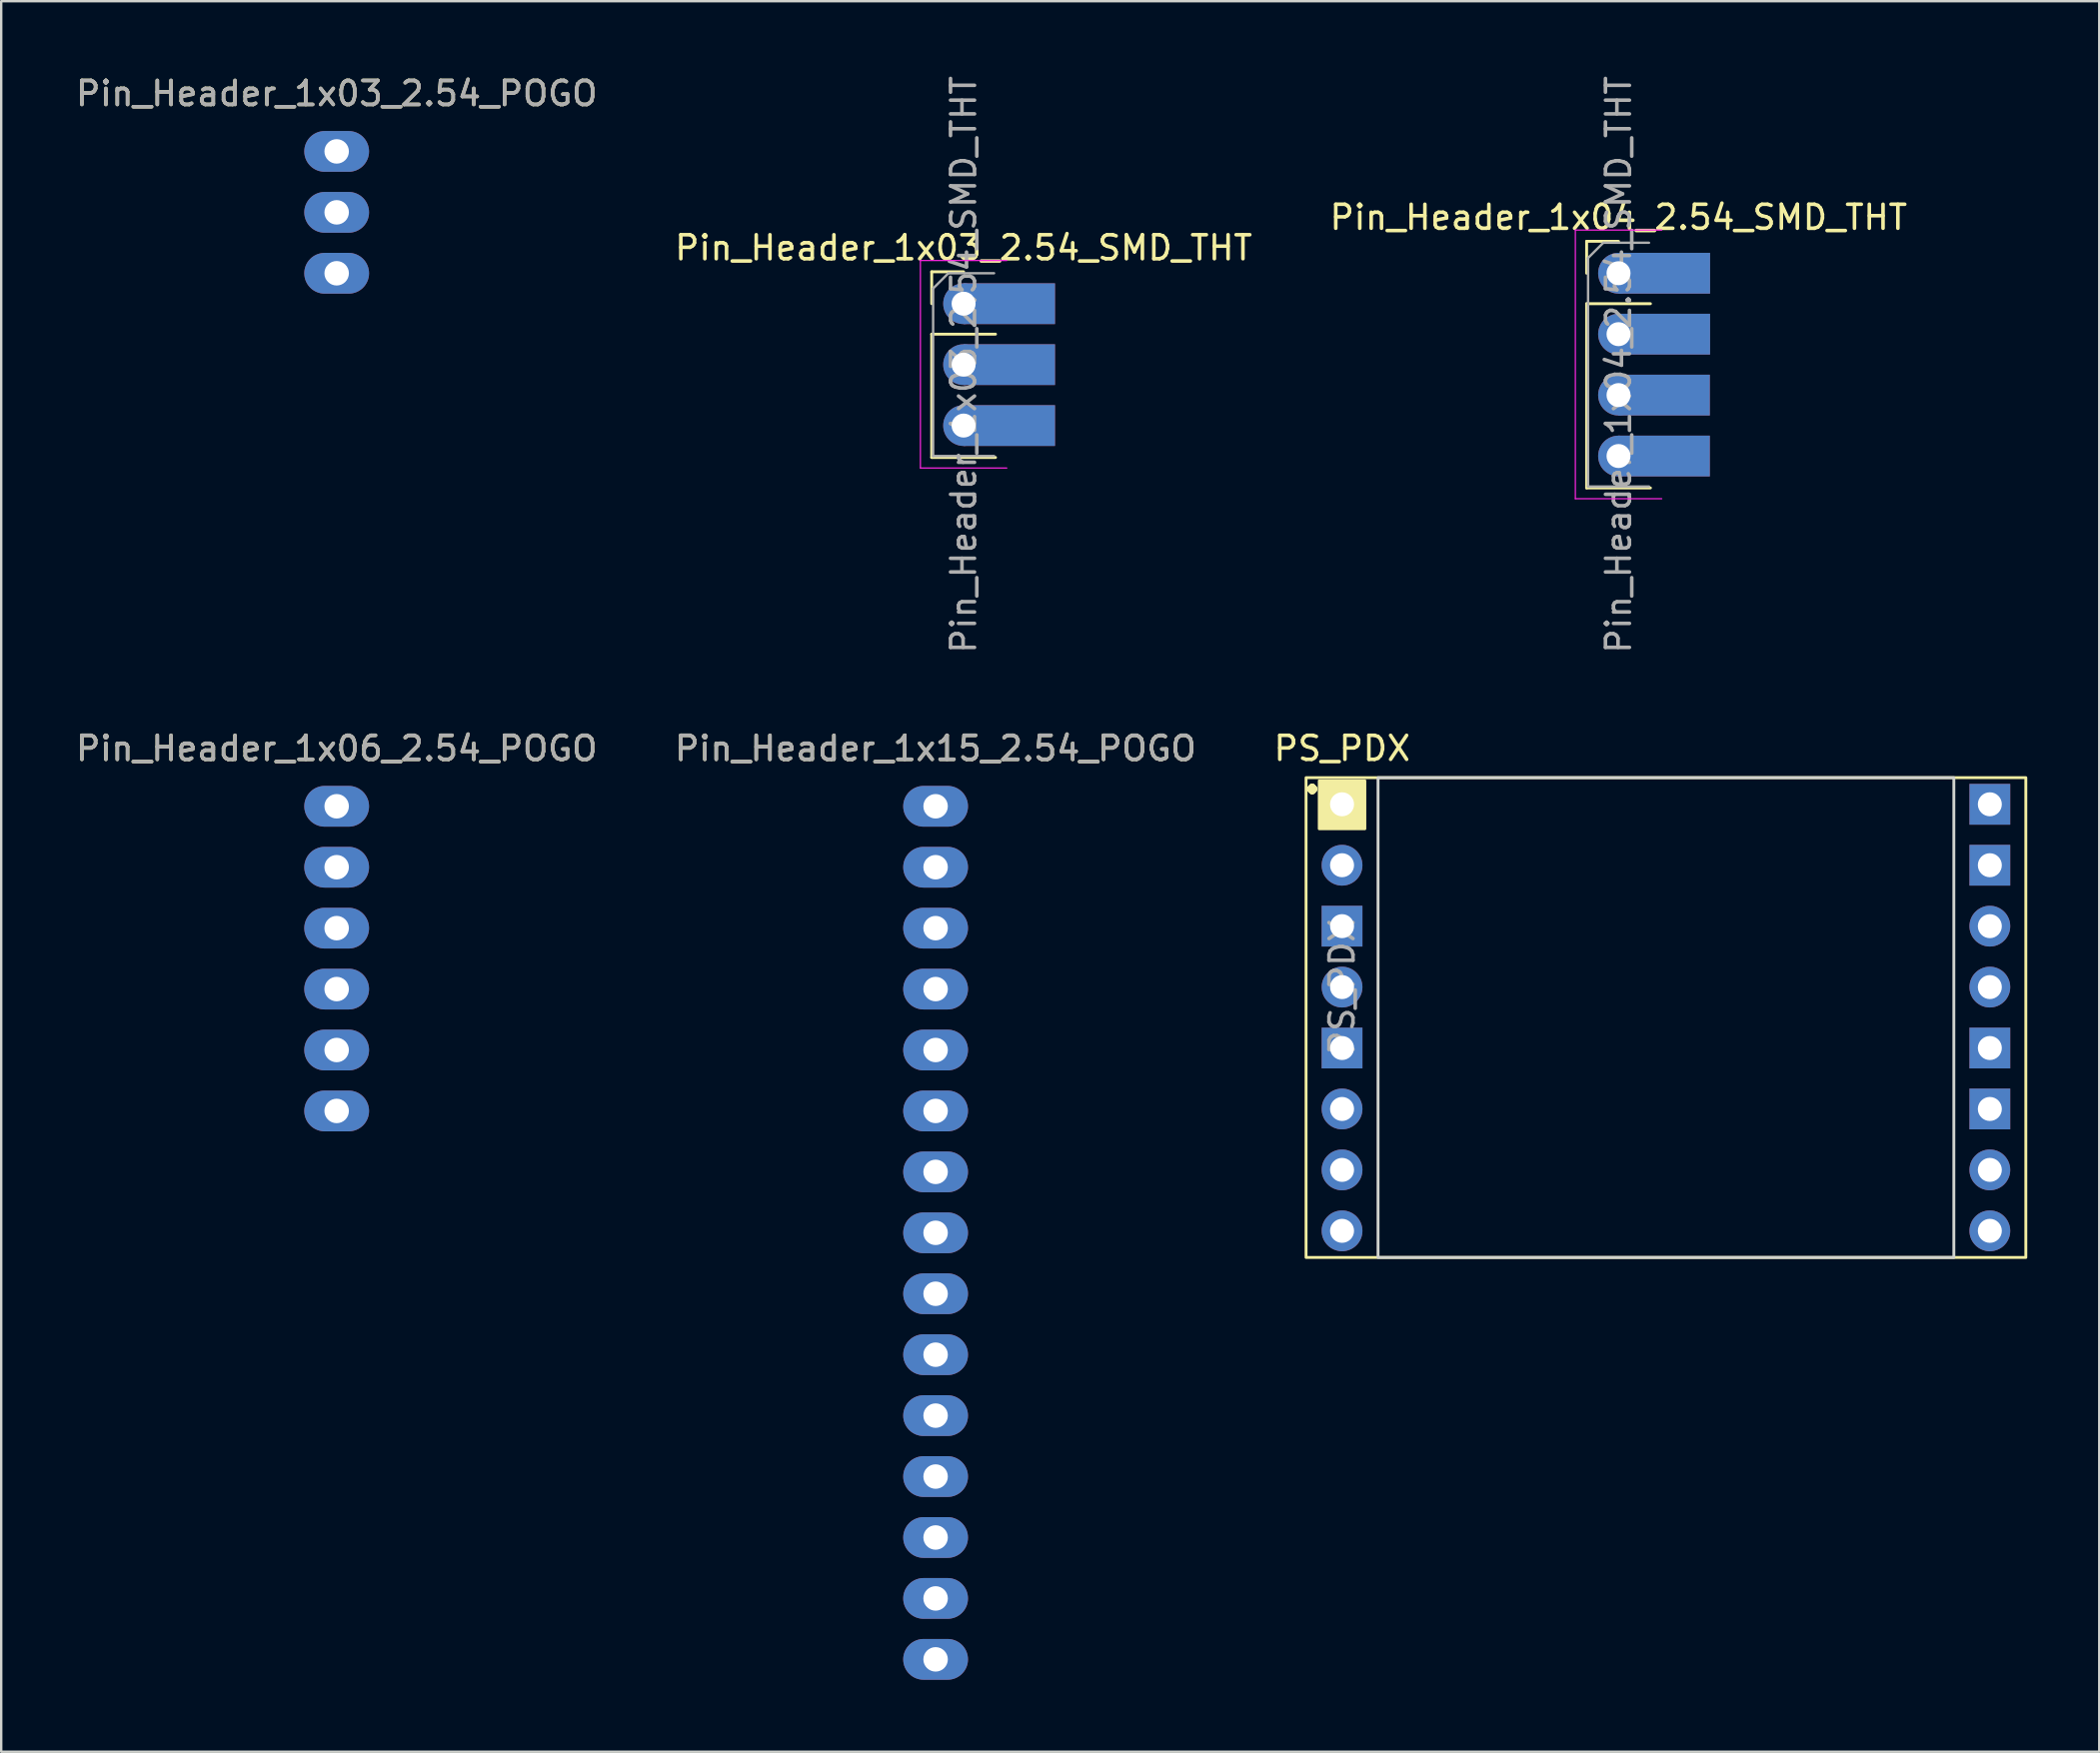
<source format=kicad_pcb>
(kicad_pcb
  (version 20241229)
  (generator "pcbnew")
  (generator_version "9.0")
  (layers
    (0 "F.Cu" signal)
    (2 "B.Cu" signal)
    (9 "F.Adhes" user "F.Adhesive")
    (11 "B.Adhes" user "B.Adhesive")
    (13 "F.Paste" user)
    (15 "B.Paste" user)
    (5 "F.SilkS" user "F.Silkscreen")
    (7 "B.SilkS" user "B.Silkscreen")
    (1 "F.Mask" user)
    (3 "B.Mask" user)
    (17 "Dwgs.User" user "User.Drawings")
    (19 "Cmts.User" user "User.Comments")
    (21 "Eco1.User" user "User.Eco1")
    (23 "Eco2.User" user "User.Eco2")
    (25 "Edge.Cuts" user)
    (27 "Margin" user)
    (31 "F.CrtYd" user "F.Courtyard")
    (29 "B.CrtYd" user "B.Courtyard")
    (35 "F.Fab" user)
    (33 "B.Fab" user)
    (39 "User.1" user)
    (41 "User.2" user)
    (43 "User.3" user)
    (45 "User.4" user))
  (footprint "Pin_Header_1x03_2.54_POGO"
    (layer "F.Cu")
    (at 10.982 3.261)
    (property "Reference" "Pin_Header_1x03_2.54_POGO" (at 0 -2.413 0) (layer "F.SilkS") (effects (font (size 1 1) (thickness 0.15))))
    (attr through_hole)
    (fp_text user "${REFERENCE}" (at 0 -2.413 0) (layer "F.Fab") (effects (font (size 1 1) (thickness 0.15))))
    (pad "1" thru_hole oval (at 0 0) (size 2.7 1.7) (drill 1.02) (layers "*.Cu" "*.Mask"))
    (pad "2" thru_hole oval (at 0 2.54) (size 2.7 1.7) (drill 1.02) (layers "*.Cu" "*.Mask"))
    (pad "3" thru_hole oval (at 0 5.08) (size 2.7 1.7) (drill 1.02) (layers "*.Cu" "*.Mask")))
  (footprint "PS_PDX"
    (layer "F.Cu")
    (at 52.887 39.366)
    (property "Reference" "PS_PDX" (at 0 -11.22 0) (layer "F.SilkS") (effects (font (size 1 1) (thickness 0.15))))
    (attr through_hole)
    (fp_rect (start -1.5 -10) (end 28.5 10) (stroke (width 0.12) (type solid)) (fill no) (layer "F.SilkS"))
    (fp_rect (start -0.95 -9.87) (end 0.95 -7.87) (stroke (width 0.12) (type solid)) (fill yes) (layer "F.SilkS"))
    (fp_rect (start 1.5 -10) (end 25.5 10) (stroke (width 0.12) (type solid)) (fill no) (layer "Edge.Cuts"))
    (fp_text user "." (at -1.245 -10.135 0) (unlocked yes) (layer "F.SilkS") (effects (font (size 1.5 1.5) (thickness 0.3))))
    (fp_text user "${REFERENCE}" (at 0 -1.27 90) (layer "F.Fab") (effects (font (size 1 1) (thickness 0.15))))
    (pad "1" thru_hole rect (at 0 -8.89) (size 1.7 1.7) (drill 1) (layers "*.Cu" "*.Mask"))
    (pad "1" thru_hole rect (at 0 -3.81) (size 1.7 1.7) (drill 1) (layers "*.Cu" "*.Mask"))
    (pad "1" thru_hole rect (at 0 1.27) (size 1.7 1.7) (drill 1) (layers "*.Cu" "*.Mask"))
    (pad "1" thru_hole rect (at 27 -8.89) (size 1.7 1.7) (drill 1) (layers "*.Cu" "*.Mask"))
    (pad "1" thru_hole rect (at 27 -6.35) (size 1.7 1.7) (drill 1) (layers "*.Cu" "*.Mask"))
    (pad "1" thru_hole rect (at 27 1.27) (size 1.7 1.7) (drill 1) (layers "*.Cu" "*.Mask"))
    (pad "1" thru_hole rect (at 27 3.81) (size 1.7 1.7) (drill 1) (layers "*.Cu" "*.Mask"))
    (pad "2" thru_hole oval (at 0 3.81) (size 1.7 1.7) (drill 1) (layers "*.Cu" "*.Mask"))
    (pad "2" thru_hole oval (at 0 6.35) (size 1.7 1.7) (drill 1) (layers "*.Cu" "*.Mask"))
    (pad "2" thru_hole oval (at 0 8.89) (size 1.7 1.7) (drill 1) (layers "*.Cu" "*.Mask"))
    (pad "3" thru_hole oval (at 27 -3.81) (size 1.7 1.7) (drill 1) (layers "*.Cu" "*.Mask"))
    (pad "3" thru_hole oval (at 27 -1.27) (size 1.7 1.7) (drill 1) (layers "*.Cu" "*.Mask"))
    (pad "4" thru_hole oval (at 27 6.35) (size 1.7 1.7) (drill 1) (layers "*.Cu" "*.Mask"))
    (pad "4" thru_hole oval (at 27 8.89) (size 1.7 1.7) (drill 1) (layers "*.Cu" "*.Mask"))
    (pad "5" thru_hole oval (at 0 -6.35) (size 1.7 1.7) (drill 1) (layers "*.Cu" "*.Mask"))
    (pad "6" thru_hole oval (at 0 -1.27) (size 1.7 1.7) (drill 1) (layers "*.Cu" "*.Mask")))
  (footprint "Pin_Header_1x03_2.54_SMD_THT"
    (layer "F.Cu")
    (at 37.113 9.609)
    (property "Reference" "Pin_Header_1x03_2.54_SMD_THT" (at 0 -2.33 0) (layer "F.SilkS") (effects (font (size 1 1) (thickness 0.15))))
    (attr through_hole)
    (fp_line (start -1.33 -1.33) (end 0 -1.33) (stroke (width 0.12) (type solid)) (layer "F.SilkS"))
    (fp_line (start -1.33 0) (end -1.33 -1.33) (stroke (width 0.12) (type solid)) (layer "F.SilkS"))
    (fp_line (start -1.33 1.27) (end -1.33 6.41) (stroke (width 0.12) (type solid)) (layer "F.SilkS"))
    (fp_line (start -1.33 1.27) (end 1.33 1.27) (stroke (width 0.12) (type solid)) (layer "F.SilkS"))
    (fp_line (start -1.33 6.41) (end 1.33 6.41) (stroke (width 0.12) (type solid)) (layer "F.SilkS"))
    (fp_line (start -1.8 -1.8) (end -1.8 6.85) (stroke (width 0.05) (type solid)) (layer "F.CrtYd"))
    (fp_line (start -1.8 6.85) (end 1.8 6.85) (stroke (width 0.05) (type solid)) (layer "F.CrtYd"))
    (fp_line (start 1.8 -1.8) (end -1.8 -1.8) (stroke (width 0.05) (type solid)) (layer "F.CrtYd"))
    (fp_line (start -1.27 -0.635) (end -0.635 -1.27) (stroke (width 0.1) (type solid)) (layer "F.Fab"))
    (fp_line (start -1.27 6.35) (end -1.27 -0.635) (stroke (width 0.1) (type solid)) (layer "F.Fab"))
    (fp_line (start -0.635 -1.27) (end 1.27 -1.27) (stroke (width 0.1) (type solid)) (layer "F.Fab"))
    (fp_line (start 1.27 6.35) (end -1.27 6.35) (stroke (width 0.1) (type solid)) (layer "F.Fab"))
    (fp_text user "${REFERENCE}" (at 0 2.54 90) (layer "F.Fab") (effects (font (size 1 1) (thickness 0.15))))
    (pad "1" thru_hole circle (at 0 0) (size 1.7 1.7) (drill 1) (layers "*.Cu" "*.Mask"))
    (pad "1" smd rect (at 1.905 0) (size 3.81 1.7) (layers "F.Cu" "F.Mask"))
    (pad "1" smd rect (at 1.905 0) (size 3.81 1.7) (layers "B.Cu" "B.Mask"))
    (pad "2" thru_hole oval (at 0 2.54) (size 1.7 1.7) (drill 1) (layers "*.Cu" "*.Mask"))
    (pad "2" smd rect (at 1.905 2.54) (size 3.81 1.7) (layers "F.Cu" "F.Mask"))
    (pad "2" smd rect (at 1.905 2.54) (size 3.81 1.7) (layers "B.Cu" "B.Mask"))
    (pad "3" thru_hole oval (at 0 5.08) (size 1.7 1.7) (drill 1) (layers "*.Cu" "*.Mask"))
    (pad "3" smd rect (at 1.905 5.08) (size 3.81 1.7) (layers "F.Cu" "F.Mask"))
    (pad "3" smd rect (at 1.905 5.08) (size 3.81 1.7) (layers "B.Cu" "B.Mask")))
  (footprint "Pin_Header_1x04_2.54_SMD_THT"
    (layer "F.Cu")
    (at 64.411 8.339)
    (property "Reference" "Pin_Header_1x04_2.54_SMD_THT" (at 0 -2.33 0) (layer "F.SilkS") (effects (font (size 1 1) (thickness 0.15))))
    (attr through_hole)
    (fp_line (start -1.33 -1.33) (end 0 -1.33) (stroke (width 0.12) (type solid)) (layer "F.SilkS"))
    (fp_line (start -1.33 0) (end -1.33 -1.33) (stroke (width 0.12) (type solid)) (layer "F.SilkS"))
    (fp_line (start -1.33 1.27) (end -1.33 8.95) (stroke (width 0.12) (type solid)) (layer "F.SilkS"))
    (fp_line (start -1.33 1.27) (end 1.33 1.27) (stroke (width 0.12) (type solid)) (layer "F.SilkS"))
    (fp_line (start -1.33 8.95) (end 1.33 8.95) (stroke (width 0.12) (type solid)) (layer "F.SilkS"))
    (fp_line (start -1.8 -1.8) (end -1.8 9.4) (stroke (width 0.05) (type solid)) (layer "F.CrtYd"))
    (fp_line (start -1.8 9.4) (end 1.8 9.4) (stroke (width 0.05) (type solid)) (layer "F.CrtYd"))
    (fp_line (start 1.8 -1.8) (end -1.8 -1.8) (stroke (width 0.05) (type solid)) (layer "F.CrtYd"))
    (fp_line (start -1.27 -0.635) (end -0.635 -1.27) (stroke (width 0.1) (type solid)) (layer "F.Fab"))
    (fp_line (start -1.27 8.89) (end -1.27 -0.635) (stroke (width 0.1) (type solid)) (layer "F.Fab"))
    (fp_line (start -0.635 -1.27) (end 1.27 -1.27) (stroke (width 0.1) (type solid)) (layer "F.Fab"))
    (fp_line (start 1.27 8.89) (end -1.27 8.89) (stroke (width 0.1) (type solid)) (layer "F.Fab"))
    (fp_text user "${REFERENCE}" (at 0 3.81 90) (layer "F.Fab") (effects (font (size 1 1) (thickness 0.15))))
    (pad "1" thru_hole circle (at 0 0) (size 1.7 1.7) (drill 1) (layers "*.Cu" "*.Mask"))
    (pad "1" smd rect (at 1.91 0) (size 3.81 1.7) (layers "F.Cu" "F.Mask"))
    (pad "1" smd rect (at 1.91 0) (size 3.81 1.7) (layers "B.Cu" "B.Mask"))
    (pad "2" thru_hole oval (at 0 2.54) (size 1.7 1.7) (drill 1) (layers "*.Cu" "*.Mask"))
    (pad "2" smd rect (at 1.91 2.54) (size 3.81 1.7) (layers "F.Cu" "F.Mask"))
    (pad "2" smd rect (at 1.91 2.54) (size 3.81 1.7) (layers "B.Cu" "B.Mask"))
    (pad "3" thru_hole oval (at 0 5.08) (size 1.7 1.7) (drill 1) (layers "*.Cu" "*.Mask"))
    (pad "3" smd rect (at 1.9 5.08) (size 3.81 1.7) (layers "F.Cu" "F.Mask"))
    (pad "3" smd rect (at 1.9 5.08) (size 3.81 1.7) (layers "B.Cu" "B.Mask"))
    (pad "4" thru_hole oval (at 0 7.62) (size 1.7 1.7) (drill 1) (layers "*.Cu" "*.Mask"))
    (pad "4" smd rect (at 1.9 7.62) (size 3.81 1.7) (layers "F.Cu" "F.Mask"))
    (pad "4" smd rect (at 1.9 7.62) (size 3.81 1.7) (layers "B.Cu" "B.Mask")))
  (footprint "Pin_Header_1x15_2.54_POGO"
    (layer "F.Cu")
    (at 35.946 30.559)
    (property "Reference" "Pin_Header_1x15_2.54_POGO" (at 0 -2.413 0) (layer "F.SilkS") (effects (font (size 1 1) (thickness 0.15))))
    (attr through_hole)
    (fp_text user "${REFERENCE}" (at 0 -2.413 0) (layer "F.Fab") (effects (font (size 1 1) (thickness 0.15))))
    (pad "1" thru_hole oval (at 0 0) (size 2.7 1.7) (drill 1.02) (layers "*.Cu" "*.Mask"))
    (pad "2" thru_hole oval (at 0 2.54) (size 2.7 1.7) (drill 1.02) (layers "*.Cu" "*.Mask"))
    (pad "3" thru_hole oval (at 0 5.08) (size 2.7 1.7) (drill 1.02) (layers "*.Cu" "*.Mask"))
    (pad "4" thru_hole oval (at 0 7.62) (size 2.7 1.7) (drill 1.02) (layers "*.Cu" "*.Mask"))
    (pad "5" thru_hole oval (at 0 10.16) (size 2.7 1.7) (drill 1.02) (layers "*.Cu" "*.Mask"))
    (pad "6" thru_hole oval (at 0 12.7) (size 2.7 1.7) (drill 1.02) (layers "*.Cu" "*.Mask"))
    (pad "7" thru_hole oval (at 0 15.24) (size 2.7 1.7) (drill 1.02) (layers "*.Cu" "*.Mask"))
    (pad "8" thru_hole oval (at 0 17.78) (size 2.7 1.7) (drill 1.02) (layers "*.Cu" "*.Mask"))
    (pad "9" thru_hole oval (at 0 20.32) (size 2.7 1.7) (drill 1.02) (layers "*.Cu" "*.Mask"))
    (pad "10" thru_hole oval (at 0 22.86) (size 2.7 1.7) (drill 1.02) (layers "*.Cu" "*.Mask"))
    (pad "11" thru_hole oval (at 0 25.4) (size 2.7 1.7) (drill 1.02) (layers "*.Cu" "*.Mask"))
    (pad "12" thru_hole oval (at 0 27.94) (size 2.7 1.7) (drill 1.02) (layers "*.Cu" "*.Mask"))
    (pad "13" thru_hole oval (at 0 30.48) (size 2.7 1.7) (drill 1.02) (layers "*.Cu" "*.Mask"))
    (pad "14" thru_hole oval (at 0 33.02) (size 2.7 1.7) (drill 1.02) (layers "*.Cu" "*.Mask"))
    (pad "15" thru_hole oval (at 0 35.56) (size 2.7 1.7) (drill 1.02) (layers "*.Cu" "*.Mask")))
  (footprint "Pin_Header_1x06_2.54_POGO"
    (layer "F.Cu")
    (at 10.982 30.559)
    (property "Reference" "Pin_Header_1x06_2.54_POGO" (at 0 -2.413 0) (layer "F.SilkS") (effects (font (size 1 1) (thickness 0.15))))
    (attr through_hole)
    (fp_text user "${REFERENCE}" (at 0 -2.413 0) (layer "F.Fab") (effects (font (size 1 1) (thickness 0.15))))
    (pad "1" thru_hole oval (at 0 0) (size 2.7 1.7) (drill 1.02) (layers "*.Cu" "*.Mask"))
    (pad "2" thru_hole oval (at 0 2.54) (size 2.7 1.7) (drill 1.02) (layers "*.Cu" "*.Mask"))
    (pad "3" thru_hole oval (at 0 5.08) (size 2.7 1.7) (drill 1.02) (layers "*.Cu" "*.Mask"))
    (pad "4" thru_hole oval (at 0 7.62) (size 2.7 1.7) (drill 1.02) (layers "*.Cu" "*.Mask"))
    (pad "5" thru_hole oval (at 0 10.16) (size 2.7 1.7) (drill 1.02) (layers "*.Cu" "*.Mask"))
    (pad "6" thru_hole oval (at 0 12.7) (size 2.7 1.7) (drill 1.02) (layers "*.Cu" "*.Mask")))
  (gr_rect
    (start -3 -3)
    (end 84.447 69.969)
    (stroke (width 0.1) (type default))
    (fill no)
    (layer "Edge.Cuts")))
</source>
